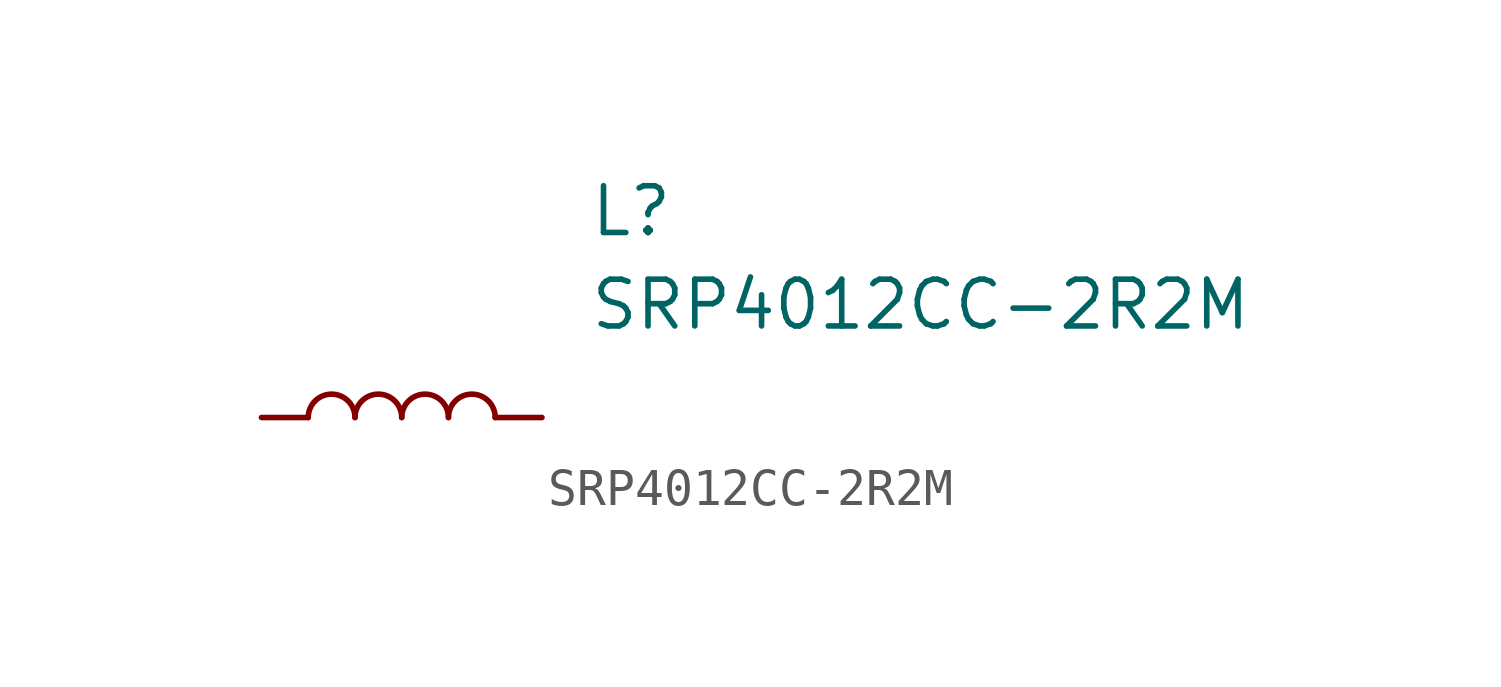
<source format=kicad_sym>
(kicad_symbol_lib
  (version 20220914)
  (generator kicad_symbol_editor)
  (symbol "SRP4012CC-2R2M"
    (pin_numbers hide)
    (pin_names hide)
    (property "Reference" "L"
      (at 8.89 6.35 0)
      (effects (font (size 1.27 1.27)) (justify left top)))
    (property "Value" "SRP4012CC-2R2M"
      (at 8.89 3.81 0)
      (effects (font (size 1.27 1.27)) (justify left top)))
    (symbol "SRP4012CC-2R2M_0_1"
      (arc (start 2.54 0) (mid 1.905 0.6323) (end 1.27 0) (stroke (width 0) (type default)) (fill (type none)))
      (arc (start 3.81 0) (mid 3.175 0.6323) (end 2.54 0) (stroke (width 0) (type default)) (fill (type none)))
      (arc (start 5.08 0) (mid 4.445 0.6323) (end 3.81 0) (stroke (width 0) (type default)) (fill (type none)))
      (arc (start 6.35 0) (mid 5.715 0.6323) (end 5.08 0) (stroke (width 0) (type default)) (fill (type none))))
    (symbol "SRP4012CC-2R2M_1_1"
      (pin passive line (at 0 0 0) (length 1.27) (name "1" (effects (font (size 1.27 1.27)))) (number "1" (effects (font (size 1.27 1.27)))))
      (pin passive line (at 7.62 0 180) (length 1.27) (name "2" (effects (font (size 1.27 1.27)))) (number "2" (effects (font (size 1.27 1.27))))))))
</source>
